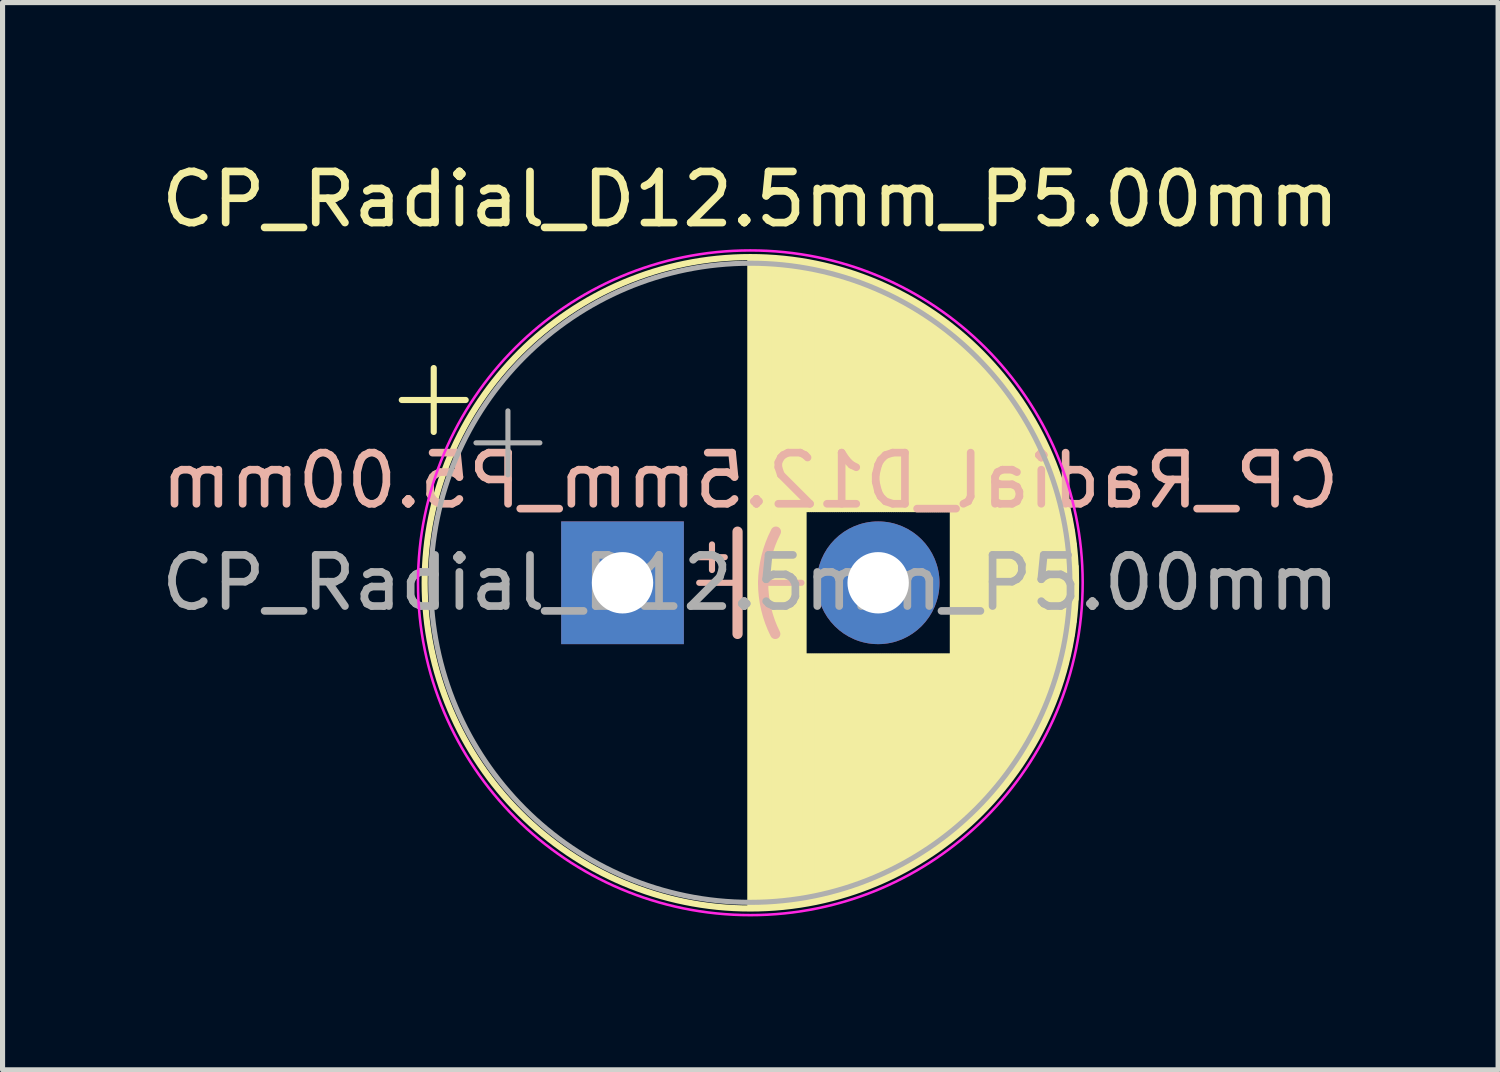
<source format=kicad_pcb>
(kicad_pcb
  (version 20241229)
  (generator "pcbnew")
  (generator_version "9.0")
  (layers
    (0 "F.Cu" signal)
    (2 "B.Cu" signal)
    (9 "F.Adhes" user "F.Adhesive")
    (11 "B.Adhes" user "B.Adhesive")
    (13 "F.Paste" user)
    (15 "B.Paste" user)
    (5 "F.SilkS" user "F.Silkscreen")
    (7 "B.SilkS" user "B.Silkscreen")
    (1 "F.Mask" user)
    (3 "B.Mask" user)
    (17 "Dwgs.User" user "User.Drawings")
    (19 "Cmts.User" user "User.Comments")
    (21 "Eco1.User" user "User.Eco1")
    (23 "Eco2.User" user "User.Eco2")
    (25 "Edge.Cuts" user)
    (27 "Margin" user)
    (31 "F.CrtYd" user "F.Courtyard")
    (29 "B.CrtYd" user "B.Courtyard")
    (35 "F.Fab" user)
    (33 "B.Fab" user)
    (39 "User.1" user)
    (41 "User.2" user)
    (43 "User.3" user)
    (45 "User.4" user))
  (footprint "CP_Radial_D12.5mm_P5.00mm"
    (layer "F.Cu")
    (at 9.125 8.348)
    (property "Reference" "CP_Radial_D12.5mm_P5.00mm" (at 2.5 -7.5 0) (layer "F.SilkS") (effects (font (size 1 1) (thickness 0.15))))
    (fp_line (start -4.317 -3.575) (end -3.067 -3.575) (stroke (width 0.12) (type solid)) (layer "F.SilkS"))
    (fp_line (start -3.692 -4.2) (end -3.692 -2.95) (stroke (width 0.12) (type solid)) (layer "F.SilkS"))
    (fp_line (start 2.5 -6.33) (end 2.5 6.33) (stroke (width 0.12) (type solid)) (layer "F.SilkS"))
    (fp_line (start 2.54 -6.33) (end 2.54 6.33) (stroke (width 0.12) (type solid)) (layer "F.SilkS"))
    (fp_line (start 2.58 -6.33) (end 2.58 6.33) (stroke (width 0.12) (type solid)) (layer "F.SilkS"))
    (fp_line (start 2.62 -6.329) (end 2.62 6.329) (stroke (width 0.12) (type solid)) (layer "F.SilkS"))
    (fp_line (start 2.66 -6.328) (end 2.66 6.328) (stroke (width 0.12) (type solid)) (layer "F.SilkS"))
    (fp_line (start 2.7 -6.327) (end 2.7 6.327) (stroke (width 0.12) (type solid)) (layer "F.SilkS"))
    (fp_line (start 2.74 -6.326) (end 2.74 6.326) (stroke (width 0.12) (type solid)) (layer "F.SilkS"))
    (fp_line (start 2.78 -6.324) (end 2.78 6.324) (stroke (width 0.12) (type solid)) (layer "F.SilkS"))
    (fp_line (start 2.82 -6.322) (end 2.82 6.322) (stroke (width 0.12) (type solid)) (layer "F.SilkS"))
    (fp_line (start 2.86 -6.32) (end 2.86 6.32) (stroke (width 0.12) (type solid)) (layer "F.SilkS"))
    (fp_line (start 2.9 -6.318) (end 2.9 6.318) (stroke (width 0.12) (type solid)) (layer "F.SilkS"))
    (fp_line (start 2.94 -6.315) (end 2.94 6.315) (stroke (width 0.12) (type solid)) (layer "F.SilkS"))
    (fp_line (start 2.98 -6.312) (end 2.98 6.312) (stroke (width 0.12) (type solid)) (layer "F.SilkS"))
    (fp_line (start 3.02 -6.309) (end 3.02 6.309) (stroke (width 0.12) (type solid)) (layer "F.SilkS"))
    (fp_line (start 3.06 -6.306) (end 3.06 6.306) (stroke (width 0.12) (type solid)) (layer "F.SilkS"))
    (fp_line (start 3.1 -6.302) (end 3.1 6.302) (stroke (width 0.12) (type solid)) (layer "F.SilkS"))
    (fp_line (start 3.14 -6.298) (end 3.14 6.298) (stroke (width 0.12) (type solid)) (layer "F.SilkS"))
    (fp_line (start 3.18 -6.294) (end 3.18 6.294) (stroke (width 0.12) (type solid)) (layer "F.SilkS"))
    (fp_line (start 3.221 -6.29) (end 3.221 6.29) (stroke (width 0.12) (type solid)) (layer "F.SilkS"))
    (fp_line (start 3.261 -6.285) (end 3.261 6.285) (stroke (width 0.12) (type solid)) (layer "F.SilkS"))
    (fp_line (start 3.301 -6.28) (end 3.301 6.28) (stroke (width 0.12) (type solid)) (layer "F.SilkS"))
    (fp_line (start 3.341 -6.275) (end 3.341 6.275) (stroke (width 0.12) (type solid)) (layer "F.SilkS"))
    (fp_line (start 3.381 -6.269) (end 3.381 6.269) (stroke (width 0.12) (type solid)) (layer "F.SilkS"))
    (fp_line (start 3.421 -6.264) (end 3.421 6.264) (stroke (width 0.12) (type solid)) (layer "F.SilkS"))
    (fp_line (start 3.461 -6.258) (end 3.461 6.258) (stroke (width 0.12) (type solid)) (layer "F.SilkS"))
    (fp_line (start 3.501 -6.252) (end 3.501 6.252) (stroke (width 0.12) (type solid)) (layer "F.SilkS"))
    (fp_line (start 3.541 -6.245) (end 3.541 6.245) (stroke (width 0.12) (type solid)) (layer "F.SilkS"))
    (fp_line (start 3.581 -6.238) (end 3.581 -1.44) (stroke (width 0.12) (type solid)) (layer "F.SilkS"))
    (fp_line (start 3.581 1.44) (end 3.581 6.238) (stroke (width 0.12) (type solid)) (layer "F.SilkS"))
    (fp_line (start 3.621 -6.231) (end 3.621 -1.44) (stroke (width 0.12) (type solid)) (layer "F.SilkS"))
    (fp_line (start 3.621 1.44) (end 3.621 6.231) (stroke (width 0.12) (type solid)) (layer "F.SilkS"))
    (fp_line (start 3.661 -6.224) (end 3.661 -1.44) (stroke (width 0.12) (type solid)) (layer "F.SilkS"))
    (fp_line (start 3.661 1.44) (end 3.661 6.224) (stroke (width 0.12) (type solid)) (layer "F.SilkS"))
    (fp_line (start 3.701 -6.216) (end 3.701 -1.44) (stroke (width 0.12) (type solid)) (layer "F.SilkS"))
    (fp_line (start 3.701 1.44) (end 3.701 6.216) (stroke (width 0.12) (type solid)) (layer "F.SilkS"))
    (fp_line (start 3.741 -6.209) (end 3.741 -1.44) (stroke (width 0.12) (type solid)) (layer "F.SilkS"))
    (fp_line (start 3.741 1.44) (end 3.741 6.209) (stroke (width 0.12) (type solid)) (layer "F.SilkS"))
    (fp_line (start 3.781 -6.201) (end 3.781 -1.44) (stroke (width 0.12) (type solid)) (layer "F.SilkS"))
    (fp_line (start 3.781 1.44) (end 3.781 6.201) (stroke (width 0.12) (type solid)) (layer "F.SilkS"))
    (fp_line (start 3.821 -6.192) (end 3.821 -1.44) (stroke (width 0.12) (type solid)) (layer "F.SilkS"))
    (fp_line (start 3.821 1.44) (end 3.821 6.192) (stroke (width 0.12) (type solid)) (layer "F.SilkS"))
    (fp_line (start 3.861 -6.184) (end 3.861 -1.44) (stroke (width 0.12) (type solid)) (layer "F.SilkS"))
    (fp_line (start 3.861 1.44) (end 3.861 6.184) (stroke (width 0.12) (type solid)) (layer "F.SilkS"))
    (fp_line (start 3.901 -6.175) (end 3.901 -1.44) (stroke (width 0.12) (type solid)) (layer "F.SilkS"))
    (fp_line (start 3.901 1.44) (end 3.901 6.175) (stroke (width 0.12) (type solid)) (layer "F.SilkS"))
    (fp_line (start 3.941 -6.166) (end 3.941 -1.44) (stroke (width 0.12) (type solid)) (layer "F.SilkS"))
    (fp_line (start 3.941 1.44) (end 3.941 6.166) (stroke (width 0.12) (type solid)) (layer "F.SilkS"))
    (fp_line (start 3.981 -6.156) (end 3.981 -1.44) (stroke (width 0.12) (type solid)) (layer "F.SilkS"))
    (fp_line (start 3.981 1.44) (end 3.981 6.156) (stroke (width 0.12) (type solid)) (layer "F.SilkS"))
    (fp_line (start 4.021 -6.146) (end 4.021 -1.44) (stroke (width 0.12) (type solid)) (layer "F.SilkS"))
    (fp_line (start 4.021 1.44) (end 4.021 6.146) (stroke (width 0.12) (type solid)) (layer "F.SilkS"))
    (fp_line (start 4.061 -6.137) (end 4.061 -1.44) (stroke (width 0.12) (type solid)) (layer "F.SilkS"))
    (fp_line (start 4.061 1.44) (end 4.061 6.137) (stroke (width 0.12) (type solid)) (layer "F.SilkS"))
    (fp_line (start 4.101 -6.126) (end 4.101 -1.44) (stroke (width 0.12) (type solid)) (layer "F.SilkS"))
    (fp_line (start 4.101 1.44) (end 4.101 6.126) (stroke (width 0.12) (type solid)) (layer "F.SilkS"))
    (fp_line (start 4.141 -6.116) (end 4.141 -1.44) (stroke (width 0.12) (type solid)) (layer "F.SilkS"))
    (fp_line (start 4.141 1.44) (end 4.141 6.116) (stroke (width 0.12) (type solid)) (layer "F.SilkS"))
    (fp_line (start 4.181 -6.105) (end 4.181 -1.44) (stroke (width 0.12) (type solid)) (layer "F.SilkS"))
    (fp_line (start 4.181 1.44) (end 4.181 6.105) (stroke (width 0.12) (type solid)) (layer "F.SilkS"))
    (fp_line (start 4.221 -6.094) (end 4.221 -1.44) (stroke (width 0.12) (type solid)) (layer "F.SilkS"))
    (fp_line (start 4.221 1.44) (end 4.221 6.094) (stroke (width 0.12) (type solid)) (layer "F.SilkS"))
    (fp_line (start 4.261 -6.083) (end 4.261 -1.44) (stroke (width 0.12) (type solid)) (layer "F.SilkS"))
    (fp_line (start 4.261 1.44) (end 4.261 6.083) (stroke (width 0.12) (type solid)) (layer "F.SilkS"))
    (fp_line (start 4.301 -6.071) (end 4.301 -1.44) (stroke (width 0.12) (type solid)) (layer "F.SilkS"))
    (fp_line (start 4.301 1.44) (end 4.301 6.071) (stroke (width 0.12) (type solid)) (layer "F.SilkS"))
    (fp_line (start 4.341 -6.059) (end 4.341 -1.44) (stroke (width 0.12) (type solid)) (layer "F.SilkS"))
    (fp_line (start 4.341 1.44) (end 4.341 6.059) (stroke (width 0.12) (type solid)) (layer "F.SilkS"))
    (fp_line (start 4.381 -6.047) (end 4.381 -1.44) (stroke (width 0.12) (type solid)) (layer "F.SilkS"))
    (fp_line (start 4.381 1.44) (end 4.381 6.047) (stroke (width 0.12) (type solid)) (layer "F.SilkS"))
    (fp_line (start 4.421 -6.034) (end 4.421 -1.44) (stroke (width 0.12) (type solid)) (layer "F.SilkS"))
    (fp_line (start 4.421 1.44) (end 4.421 6.034) (stroke (width 0.12) (type solid)) (layer "F.SilkS"))
    (fp_line (start 4.461 -6.021) (end 4.461 -1.44) (stroke (width 0.12) (type solid)) (layer "F.SilkS"))
    (fp_line (start 4.461 1.44) (end 4.461 6.021) (stroke (width 0.12) (type solid)) (layer "F.SilkS"))
    (fp_line (start 4.501 -6.008) (end 4.501 -1.44) (stroke (width 0.12) (type solid)) (layer "F.SilkS"))
    (fp_line (start 4.501 1.44) (end 4.501 6.008) (stroke (width 0.12) (type solid)) (layer "F.SilkS"))
    (fp_line (start 4.541 -5.995) (end 4.541 -1.44) (stroke (width 0.12) (type solid)) (layer "F.SilkS"))
    (fp_line (start 4.541 1.44) (end 4.541 5.995) (stroke (width 0.12) (type solid)) (layer "F.SilkS"))
    (fp_line (start 4.581 -5.981) (end 4.581 -1.44) (stroke (width 0.12) (type solid)) (layer "F.SilkS"))
    (fp_line (start 4.581 1.44) (end 4.581 5.981) (stroke (width 0.12) (type solid)) (layer "F.SilkS"))
    (fp_line (start 4.621 -5.967) (end 4.621 -1.44) (stroke (width 0.12) (type solid)) (layer "F.SilkS"))
    (fp_line (start 4.621 1.44) (end 4.621 5.967) (stroke (width 0.12) (type solid)) (layer "F.SilkS"))
    (fp_line (start 4.661 -5.953) (end 4.661 -1.44) (stroke (width 0.12) (type solid)) (layer "F.SilkS"))
    (fp_line (start 4.661 1.44) (end 4.661 5.953) (stroke (width 0.12) (type solid)) (layer "F.SilkS"))
    (fp_line (start 4.701 -5.939) (end 4.701 -1.44) (stroke (width 0.12) (type solid)) (layer "F.SilkS"))
    (fp_line (start 4.701 1.44) (end 4.701 5.939) (stroke (width 0.12) (type solid)) (layer "F.SilkS"))
    (fp_line (start 4.741 -5.924) (end 4.741 -1.44) (stroke (width 0.12) (type solid)) (layer "F.SilkS"))
    (fp_line (start 4.741 1.44) (end 4.741 5.924) (stroke (width 0.12) (type solid)) (layer "F.SilkS"))
    (fp_line (start 4.781 -5.908) (end 4.781 -1.44) (stroke (width 0.12) (type solid)) (layer "F.SilkS"))
    (fp_line (start 4.781 1.44) (end 4.781 5.908) (stroke (width 0.12) (type solid)) (layer "F.SilkS"))
    (fp_line (start 4.821 -5.893) (end 4.821 -1.44) (stroke (width 0.12) (type solid)) (layer "F.SilkS"))
    (fp_line (start 4.821 1.44) (end 4.821 5.893) (stroke (width 0.12) (type solid)) (layer "F.SilkS"))
    (fp_line (start 4.861 -5.877) (end 4.861 -1.44) (stroke (width 0.12) (type solid)) (layer "F.SilkS"))
    (fp_line (start 4.861 1.44) (end 4.861 5.877) (stroke (width 0.12) (type solid)) (layer "F.SilkS"))
    (fp_line (start 4.901 -5.861) (end 4.901 -1.44) (stroke (width 0.12) (type solid)) (layer "F.SilkS"))
    (fp_line (start 4.901 1.44) (end 4.901 5.861) (stroke (width 0.12) (type solid)) (layer "F.SilkS"))
    (fp_line (start 4.941 -5.845) (end 4.941 -1.44) (stroke (width 0.12) (type solid)) (layer "F.SilkS"))
    (fp_line (start 4.941 1.44) (end 4.941 5.845) (stroke (width 0.12) (type solid)) (layer "F.SilkS"))
    (fp_line (start 4.981 -5.828) (end 4.981 -1.44) (stroke (width 0.12) (type solid)) (layer "F.SilkS"))
    (fp_line (start 4.981 1.44) (end 4.981 5.828) (stroke (width 0.12) (type solid)) (layer "F.SilkS"))
    (fp_line (start 5.021 -5.811) (end 5.021 -1.44) (stroke (width 0.12) (type solid)) (layer "F.SilkS"))
    (fp_line (start 5.021 1.44) (end 5.021 5.811) (stroke (width 0.12) (type solid)) (layer "F.SilkS"))
    (fp_line (start 5.061 -5.793) (end 5.061 -1.44) (stroke (width 0.12) (type solid)) (layer "F.SilkS"))
    (fp_line (start 5.061 1.44) (end 5.061 5.793) (stroke (width 0.12) (type solid)) (layer "F.SilkS"))
    (fp_line (start 5.101 -5.776) (end 5.101 -1.44) (stroke (width 0.12) (type solid)) (layer "F.SilkS"))
    (fp_line (start 5.101 1.44) (end 5.101 5.776) (stroke (width 0.12) (type solid)) (layer "F.SilkS"))
    (fp_line (start 5.141 -5.758) (end 5.141 -1.44) (stroke (width 0.12) (type solid)) (layer "F.SilkS"))
    (fp_line (start 5.141 1.44) (end 5.141 5.758) (stroke (width 0.12) (type solid)) (layer "F.SilkS"))
    (fp_line (start 5.181 -5.739) (end 5.181 -1.44) (stroke (width 0.12) (type solid)) (layer "F.SilkS"))
    (fp_line (start 5.181 1.44) (end 5.181 5.739) (stroke (width 0.12) (type solid)) (layer "F.SilkS"))
    (fp_line (start 5.221 -5.721) (end 5.221 -1.44) (stroke (width 0.12) (type solid)) (layer "F.SilkS"))
    (fp_line (start 5.221 1.44) (end 5.221 5.721) (stroke (width 0.12) (type solid)) (layer "F.SilkS"))
    (fp_line (start 5.261 -5.702) (end 5.261 -1.44) (stroke (width 0.12) (type solid)) (layer "F.SilkS"))
    (fp_line (start 5.261 1.44) (end 5.261 5.702) (stroke (width 0.12) (type solid)) (layer "F.SilkS"))
    (fp_line (start 5.301 -5.682) (end 5.301 -1.44) (stroke (width 0.12) (type solid)) (layer "F.SilkS"))
    (fp_line (start 5.301 1.44) (end 5.301 5.682) (stroke (width 0.12) (type solid)) (layer "F.SilkS"))
    (fp_line (start 5.341 -5.662) (end 5.341 -1.44) (stroke (width 0.12) (type solid)) (layer "F.SilkS"))
    (fp_line (start 5.341 1.44) (end 5.341 5.662) (stroke (width 0.12) (type solid)) (layer "F.SilkS"))
    (fp_line (start 5.381 -5.642) (end 5.381 -1.44) (stroke (width 0.12) (type solid)) (layer "F.SilkS"))
    (fp_line (start 5.381 1.44) (end 5.381 5.642) (stroke (width 0.12) (type solid)) (layer "F.SilkS"))
    (fp_line (start 5.421 -5.622) (end 5.421 -1.44) (stroke (width 0.12) (type solid)) (layer "F.SilkS"))
    (fp_line (start 5.421 1.44) (end 5.421 5.622) (stroke (width 0.12) (type solid)) (layer "F.SilkS"))
    (fp_line (start 5.461 -5.601) (end 5.461 -1.44) (stroke (width 0.12) (type solid)) (layer "F.SilkS"))
    (fp_line (start 5.461 1.44) (end 5.461 5.601) (stroke (width 0.12) (type solid)) (layer "F.SilkS"))
    (fp_line (start 5.501 -5.58) (end 5.501 -1.44) (stroke (width 0.12) (type solid)) (layer "F.SilkS"))
    (fp_line (start 5.501 1.44) (end 5.501 5.58) (stroke (width 0.12) (type solid)) (layer "F.SilkS"))
    (fp_line (start 5.541 -5.558) (end 5.541 -1.44) (stroke (width 0.12) (type solid)) (layer "F.SilkS"))
    (fp_line (start 5.541 1.44) (end 5.541 5.558) (stroke (width 0.12) (type solid)) (layer "F.SilkS"))
    (fp_line (start 5.581 -5.536) (end 5.581 -1.44) (stroke (width 0.12) (type solid)) (layer "F.SilkS"))
    (fp_line (start 5.581 1.44) (end 5.581 5.536) (stroke (width 0.12) (type solid)) (layer "F.SilkS"))
    (fp_line (start 5.621 -5.514) (end 5.621 -1.44) (stroke (width 0.12) (type solid)) (layer "F.SilkS"))
    (fp_line (start 5.621 1.44) (end 5.621 5.514) (stroke (width 0.12) (type solid)) (layer "F.SilkS"))
    (fp_line (start 5.661 -5.491) (end 5.661 -1.44) (stroke (width 0.12) (type solid)) (layer "F.SilkS"))
    (fp_line (start 5.661 1.44) (end 5.661 5.491) (stroke (width 0.12) (type solid)) (layer "F.SilkS"))
    (fp_line (start 5.701 -5.468) (end 5.701 -1.44) (stroke (width 0.12) (type solid)) (layer "F.SilkS"))
    (fp_line (start 5.701 1.44) (end 5.701 5.468) (stroke (width 0.12) (type solid)) (layer "F.SilkS"))
    (fp_line (start 5.741 -5.445) (end 5.741 -1.44) (stroke (width 0.12) (type solid)) (layer "F.SilkS"))
    (fp_line (start 5.741 1.44) (end 5.741 5.445) (stroke (width 0.12) (type solid)) (layer "F.SilkS"))
    (fp_line (start 5.781 -5.421) (end 5.781 -1.44) (stroke (width 0.12) (type solid)) (layer "F.SilkS"))
    (fp_line (start 5.781 1.44) (end 5.781 5.421) (stroke (width 0.12) (type solid)) (layer "F.SilkS"))
    (fp_line (start 5.821 -5.397) (end 5.821 -1.44) (stroke (width 0.12) (type solid)) (layer "F.SilkS"))
    (fp_line (start 5.821 1.44) (end 5.821 5.397) (stroke (width 0.12) (type solid)) (layer "F.SilkS"))
    (fp_line (start 5.861 -5.372) (end 5.861 -1.44) (stroke (width 0.12) (type solid)) (layer "F.SilkS"))
    (fp_line (start 5.861 1.44) (end 5.861 5.372) (stroke (width 0.12) (type solid)) (layer "F.SilkS"))
    (fp_line (start 5.901 -5.347) (end 5.901 -1.44) (stroke (width 0.12) (type solid)) (layer "F.SilkS"))
    (fp_line (start 5.901 1.44) (end 5.901 5.347) (stroke (width 0.12) (type solid)) (layer "F.SilkS"))
    (fp_line (start 5.941 -5.322) (end 5.941 -1.44) (stroke (width 0.12) (type solid)) (layer "F.SilkS"))
    (fp_line (start 5.941 1.44) (end 5.941 5.322) (stroke (width 0.12) (type solid)) (layer "F.SilkS"))
    (fp_line (start 5.981 -5.296) (end 5.981 -1.44) (stroke (width 0.12) (type solid)) (layer "F.SilkS"))
    (fp_line (start 5.981 1.44) (end 5.981 5.296) (stroke (width 0.12) (type solid)) (layer "F.SilkS"))
    (fp_line (start 6.021 -5.27) (end 6.021 -1.44) (stroke (width 0.12) (type solid)) (layer "F.SilkS"))
    (fp_line (start 6.021 1.44) (end 6.021 5.27) (stroke (width 0.12) (type solid)) (layer "F.SilkS"))
    (fp_line (start 6.061 -5.243) (end 6.061 -1.44) (stroke (width 0.12) (type solid)) (layer "F.SilkS"))
    (fp_line (start 6.061 1.44) (end 6.061 5.243) (stroke (width 0.12) (type solid)) (layer "F.SilkS"))
    (fp_line (start 6.101 -5.216) (end 6.101 -1.44) (stroke (width 0.12) (type solid)) (layer "F.SilkS"))
    (fp_line (start 6.101 1.44) (end 6.101 5.216) (stroke (width 0.12) (type solid)) (layer "F.SilkS"))
    (fp_line (start 6.141 -5.188) (end 6.141 -1.44) (stroke (width 0.12) (type solid)) (layer "F.SilkS"))
    (fp_line (start 6.141 1.44) (end 6.141 5.188) (stroke (width 0.12) (type solid)) (layer "F.SilkS"))
    (fp_line (start 6.181 -5.16) (end 6.181 -1.44) (stroke (width 0.12) (type solid)) (layer "F.SilkS"))
    (fp_line (start 6.181 1.44) (end 6.181 5.16) (stroke (width 0.12) (type solid)) (layer "F.SilkS"))
    (fp_line (start 6.221 -5.131) (end 6.221 -1.44) (stroke (width 0.12) (type solid)) (layer "F.SilkS"))
    (fp_line (start 6.221 1.44) (end 6.221 5.131) (stroke (width 0.12) (type solid)) (layer "F.SilkS"))
    (fp_line (start 6.261 -5.102) (end 6.261 -1.44) (stroke (width 0.12) (type solid)) (layer "F.SilkS"))
    (fp_line (start 6.261 1.44) (end 6.261 5.102) (stroke (width 0.12) (type solid)) (layer "F.SilkS"))
    (fp_line (start 6.301 -5.073) (end 6.301 -1.44) (stroke (width 0.12) (type solid)) (layer "F.SilkS"))
    (fp_line (start 6.301 1.44) (end 6.301 5.073) (stroke (width 0.12) (type solid)) (layer "F.SilkS"))
    (fp_line (start 6.341 -5.043) (end 6.341 -1.44) (stroke (width 0.12) (type solid)) (layer "F.SilkS"))
    (fp_line (start 6.341 1.44) (end 6.341 5.043) (stroke (width 0.12) (type solid)) (layer "F.SilkS"))
    (fp_line (start 6.381 -5.012) (end 6.381 -1.44) (stroke (width 0.12) (type solid)) (layer "F.SilkS"))
    (fp_line (start 6.381 1.44) (end 6.381 5.012) (stroke (width 0.12) (type solid)) (layer "F.SilkS"))
    (fp_line (start 6.421 -4.982) (end 6.421 -1.44) (stroke (width 0.12) (type solid)) (layer "F.SilkS"))
    (fp_line (start 6.421 1.44) (end 6.421 4.982) (stroke (width 0.12) (type solid)) (layer "F.SilkS"))
    (fp_line (start 6.461 -4.95) (end 6.461 4.95) (stroke (width 0.12) (type solid)) (layer "F.SilkS"))
    (fp_line (start 6.501 -4.918) (end 6.501 4.918) (stroke (width 0.12) (type solid)) (layer "F.SilkS"))
    (fp_line (start 6.541 -4.885) (end 6.541 4.885) (stroke (width 0.12) (type solid)) (layer "F.SilkS"))
    (fp_line (start 6.581 -4.852) (end 6.581 4.852) (stroke (width 0.12) (type solid)) (layer "F.SilkS"))
    (fp_line (start 6.621 -4.819) (end 6.621 4.819) (stroke (width 0.12) (type solid)) (layer "F.SilkS"))
    (fp_line (start 6.661 -4.785) (end 6.661 4.785) (stroke (width 0.12) (type solid)) (layer "F.SilkS"))
    (fp_line (start 6.701 -4.75) (end 6.701 4.75) (stroke (width 0.12) (type solid)) (layer "F.SilkS"))
    (fp_line (start 6.741 -4.714) (end 6.741 4.714) (stroke (width 0.12) (type solid)) (layer "F.SilkS"))
    (fp_line (start 6.781 -4.678) (end 6.781 4.678) (stroke (width 0.12) (type solid)) (layer "F.SilkS"))
    (fp_line (start 6.821 -4.642) (end 6.821 4.642) (stroke (width 0.12) (type solid)) (layer "F.SilkS"))
    (fp_line (start 6.861 -4.605) (end 6.861 4.605) (stroke (width 0.12) (type solid)) (layer "F.SilkS"))
    (fp_line (start 6.901 -4.567) (end 6.901 4.567) (stroke (width 0.12) (type solid)) (layer "F.SilkS"))
    (fp_line (start 6.941 -4.528) (end 6.941 4.528) (stroke (width 0.12) (type solid)) (layer "F.SilkS"))
    (fp_line (start 6.981 -4.489) (end 6.981 4.489) (stroke (width 0.12) (type solid)) (layer "F.SilkS"))
    (fp_line (start 7.021 -4.449) (end 7.021 4.449) (stroke (width 0.12) (type solid)) (layer "F.SilkS"))
    (fp_line (start 7.061 -4.408) (end 7.061 4.408) (stroke (width 0.12) (type solid)) (layer "F.SilkS"))
    (fp_line (start 7.101 -4.367) (end 7.101 4.367) (stroke (width 0.12) (type solid)) (layer "F.SilkS"))
    (fp_line (start 7.141 -4.325) (end 7.141 4.325) (stroke (width 0.12) (type solid)) (layer "F.SilkS"))
    (fp_line (start 7.181 -4.282) (end 7.181 4.282) (stroke (width 0.12) (type solid)) (layer "F.SilkS"))
    (fp_line (start 7.221 -4.238) (end 7.221 4.238) (stroke (width 0.12) (type solid)) (layer "F.SilkS"))
    (fp_line (start 7.261 -4.194) (end 7.261 4.194) (stroke (width 0.12) (type solid)) (layer "F.SilkS"))
    (fp_line (start 7.301 -4.148) (end 7.301 4.148) (stroke (width 0.12) (type solid)) (layer "F.SilkS"))
    (fp_line (start 7.341 -4.102) (end 7.341 4.102) (stroke (width 0.12) (type solid)) (layer "F.SilkS"))
    (fp_line (start 7.381 -4.055) (end 7.381 4.055) (stroke (width 0.12) (type solid)) (layer "F.SilkS"))
    (fp_line (start 7.421 -4.007) (end 7.421 4.007) (stroke (width 0.12) (type solid)) (layer "F.SilkS"))
    (fp_line (start 7.461 -3.957) (end 7.461 3.957) (stroke (width 0.12) (type solid)) (layer "F.SilkS"))
    (fp_line (start 7.501 -3.907) (end 7.501 3.907) (stroke (width 0.12) (type solid)) (layer "F.SilkS"))
    (fp_line (start 7.541 -3.856) (end 7.541 3.856) (stroke (width 0.12) (type solid)) (layer "F.SilkS"))
    (fp_line (start 7.581 -3.804) (end 7.581 3.804) (stroke (width 0.12) (type solid)) (layer "F.SilkS"))
    (fp_line (start 7.621 -3.75) (end 7.621 3.75) (stroke (width 0.12) (type solid)) (layer "F.SilkS"))
    (fp_line (start 7.661 -3.696) (end 7.661 3.696) (stroke (width 0.12) (type solid)) (layer "F.SilkS"))
    (fp_line (start 7.701 -3.64) (end 7.701 3.64) (stroke (width 0.12) (type solid)) (layer "F.SilkS"))
    (fp_line (start 7.741 -3.583) (end 7.741 3.583) (stroke (width 0.12) (type solid)) (layer "F.SilkS"))
    (fp_line (start 7.781 -3.524) (end 7.781 3.524) (stroke (width 0.12) (type solid)) (layer "F.SilkS"))
    (fp_line (start 7.821 -3.464) (end 7.821 3.464) (stroke (width 0.12) (type solid)) (layer "F.SilkS"))
    (fp_line (start 7.861 -3.402) (end 7.861 3.402) (stroke (width 0.12) (type solid)) (layer "F.SilkS"))
    (fp_line (start 7.901 -3.339) (end 7.901 3.339) (stroke (width 0.12) (type solid)) (layer "F.SilkS"))
    (fp_line (start 7.941 -3.275) (end 7.941 3.275) (stroke (width 0.12) (type solid)) (layer "F.SilkS"))
    (fp_line (start 7.981 -3.208) (end 7.981 3.208) (stroke (width 0.12) (type solid)) (layer "F.SilkS"))
    (fp_line (start 8.021 -3.14) (end 8.021 3.14) (stroke (width 0.12) (type solid)) (layer "F.SilkS"))
    (fp_line (start 8.061 -3.069) (end 8.061 3.069) (stroke (width 0.12) (type solid)) (layer "F.SilkS"))
    (fp_line (start 8.101 -2.996) (end 8.101 2.996) (stroke (width 0.12) (type solid)) (layer "F.SilkS"))
    (fp_line (start 8.141 -2.921) (end 8.141 2.921) (stroke (width 0.12) (type solid)) (layer "F.SilkS"))
    (fp_line (start 8.181 -2.844) (end 8.181 2.844) (stroke (width 0.12) (type solid)) (layer "F.SilkS"))
    (fp_line (start 8.221 -2.764) (end 8.221 2.764) (stroke (width 0.12) (type solid)) (layer "F.SilkS"))
    (fp_line (start 8.261 -2.681) (end 8.261 2.681) (stroke (width 0.12) (type solid)) (layer "F.SilkS"))
    (fp_line (start 8.301 -2.594) (end 8.301 2.594) (stroke (width 0.12) (type solid)) (layer "F.SilkS"))
    (fp_line (start 8.341 -2.504) (end 8.341 2.504) (stroke (width 0.12) (type solid)) (layer "F.SilkS"))
    (fp_line (start 8.381 -2.41) (end 8.381 2.41) (stroke (width 0.12) (type solid)) (layer "F.SilkS"))
    (fp_line (start 8.421 -2.312) (end 8.421 2.312) (stroke (width 0.12) (type solid)) (layer "F.SilkS"))
    (fp_line (start 8.461 -2.209) (end 8.461 2.209) (stroke (width 0.12) (type solid)) (layer "F.SilkS"))
    (fp_line (start 8.501 -2.1) (end 8.501 2.1) (stroke (width 0.12) (type solid)) (layer "F.SilkS"))
    (fp_line (start 8.541 -1.984) (end 8.541 1.984) (stroke (width 0.12) (type solid)) (layer "F.SilkS"))
    (fp_line (start 8.581 -1.861) (end 8.581 1.861) (stroke (width 0.12) (type solid)) (layer "F.SilkS"))
    (fp_line (start 8.621 -1.728) (end 8.621 1.728) (stroke (width 0.12) (type solid)) (layer "F.SilkS"))
    (fp_line (start 8.661 -1.583) (end 8.661 1.583) (stroke (width 0.12) (type solid)) (layer "F.SilkS"))
    (fp_line (start 8.701 -1.422) (end 8.701 1.422) (stroke (width 0.12) (type solid)) (layer "F.SilkS"))
    (fp_line (start 8.741 -1.241) (end 8.741 1.241) (stroke (width 0.12) (type solid)) (layer "F.SilkS"))
    (fp_line (start 8.781 -1.028) (end 8.781 1.028) (stroke (width 0.12) (type solid)) (layer "F.SilkS"))
    (fp_line (start 8.821 -0.757) (end 8.821 0.757) (stroke (width 0.12) (type solid)) (layer "F.SilkS"))
    (fp_line (start 8.861 -0.317) (end 8.861 0.317) (stroke (width 0.12) (type solid)) (layer "F.SilkS"))
    (fp_circle (center 2.5 0) (end 8.87 0) (stroke (width 0.12) (type solid)) (fill no) (layer "F.SilkS"))
    (fp_line (start 1.5 -0.5) (end 2 -0.5) (stroke (width 0.12) (type solid)) (layer "B.SilkS"))
    (fp_line (start 1.5 0) (end 2.25 0) (stroke (width 0.12) (type solid)) (layer "B.SilkS"))
    (fp_line (start 1.75 -0.75) (end 1.75 -0.25) (stroke (width 0.12) (type solid)) (layer "B.SilkS"))
    (fp_line (start 2.25 1) (end 2.25 -1) (stroke (width 0.2) (type solid)) (layer "B.SilkS"))
    (fp_line (start 3.5 0) (end 2.75 0) (stroke (width 0.12) (type solid)) (layer "B.SilkS"))
    (fp_arc (start 2.75 0) (mid 2.816707 -0.514573) (end 3 -1) (stroke (width 0.2) (type solid)) (layer "B.SilkS"))
    (fp_arc (start 2.987539 1) (mid 2.810248 0.513901) (end 2.75 0) (stroke (width 0.2) (type solid)) (layer "B.SilkS"))
    (fp_circle (center 2.5 0) (end 9 0) (stroke (width 0.05) (type solid)) (fill no) (layer "F.CrtYd"))
    (fp_line (start -2.866 -2.737) (end -1.616 -2.737) (stroke (width 0.1) (type solid)) (layer "F.Fab"))
    (fp_line (start -2.241 -3.362) (end -2.241 -2.112) (stroke (width 0.1) (type solid)) (layer "F.Fab"))
    (fp_circle (center 2.5 0) (end 8.75 0) (stroke (width 0.1) (type solid)) (fill no) (layer "F.Fab"))
    (fp_text user "${REFERENCE}" (at 2.5 -2 0) (layer "B.SilkS") (effects (font (size 1 1) (thickness 0.15)) (justify mirror)))
    (fp_text user "${REFERENCE}" (at 2.5 0 0) (layer "F.Fab") (effects (font (size 1 1) (thickness 0.15))))
    (pad "1" thru_hole rect (at 0 0) (size 2.4 2.4) (drill 1.2) (layers "*.Cu" "*.Mask"))
    (pad "2" thru_hole circle (at 5 0) (size 2.4 2.4) (drill 1.2) (layers "*.Cu" "*.Mask")))
  (gr_rect
    (start -3 -3)
    (end 26.25 17.873)
    (stroke (width 0.1) (type default))
    (fill no)
    (layer "Edge.Cuts")))
</source>
